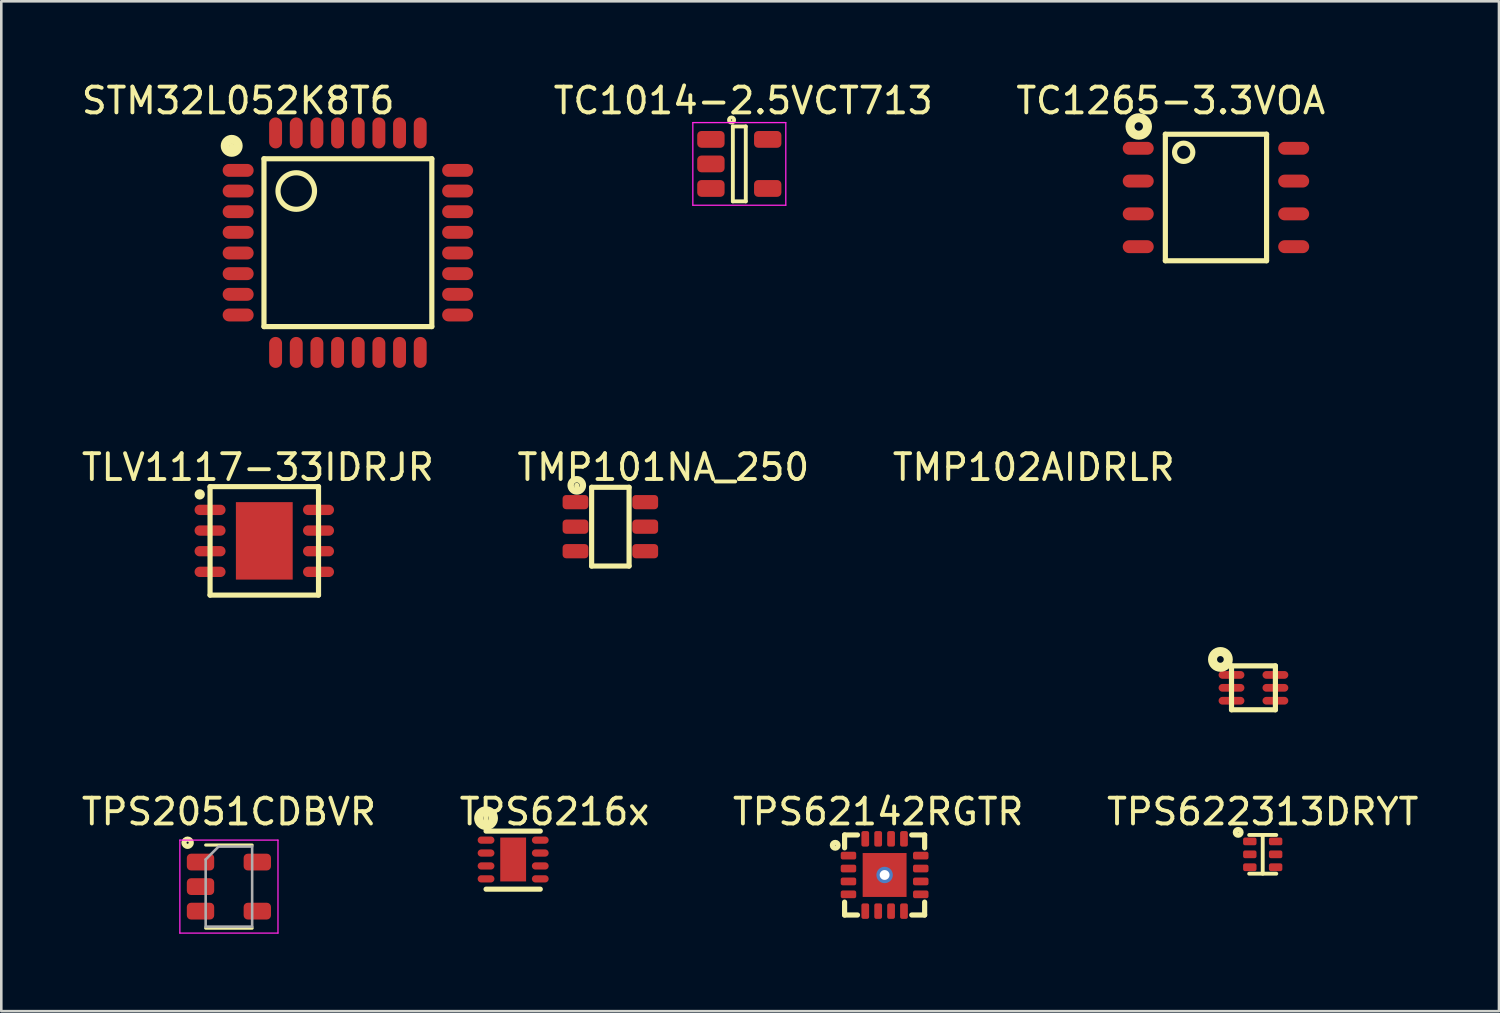
<source format=kicad_pcb>
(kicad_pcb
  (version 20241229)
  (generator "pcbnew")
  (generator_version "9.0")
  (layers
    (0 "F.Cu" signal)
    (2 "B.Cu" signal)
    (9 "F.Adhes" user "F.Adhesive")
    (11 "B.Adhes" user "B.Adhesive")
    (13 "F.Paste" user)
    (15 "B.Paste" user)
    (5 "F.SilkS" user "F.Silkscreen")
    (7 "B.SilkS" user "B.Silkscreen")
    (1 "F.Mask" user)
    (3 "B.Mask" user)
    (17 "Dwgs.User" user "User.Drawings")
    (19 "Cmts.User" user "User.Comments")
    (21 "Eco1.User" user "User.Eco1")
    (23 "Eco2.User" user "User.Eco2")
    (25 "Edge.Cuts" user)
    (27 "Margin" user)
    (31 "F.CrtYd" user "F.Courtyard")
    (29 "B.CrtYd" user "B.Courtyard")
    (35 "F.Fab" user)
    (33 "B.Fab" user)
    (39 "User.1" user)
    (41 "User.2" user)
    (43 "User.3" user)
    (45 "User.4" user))
  (footprint "STM32L052K8T6"
    (layer "F.Cu")
    (at 10.423 6.348)
    (property "Reference" "STM32L052K8T6" (at -4.25 -5.5 0) (layer "F.SilkS") (effects (font (size 1 1) (thickness 0.15))))
    (attr through_hole)
    (fp_line (start -4.5 -3.75) (end -4.5 -3.5) (stroke (width 0.2) (type solid)) (layer "F.SilkS"))
    (fp_line (start -3.25 -3.25) (end 3.25 -3.25) (stroke (width 0.2) (type solid)) (layer "F.SilkS"))
    (fp_line (start -3.25 3.25) (end -3.25 -3.25) (stroke (width 0.2) (type solid)) (layer "F.SilkS"))
    (fp_line (start 3.25 -3.25) (end 3.25 3.25) (stroke (width 0.2) (type solid)) (layer "F.SilkS"))
    (fp_line (start 3.25 3.25) (end -3.25 3.25) (stroke (width 0.2) (type solid)) (layer "F.SilkS"))
    (fp_circle (center -4.5 -3.75) (end -4.5 -3.5) (stroke (width 0.35) (type solid)) (fill no) (layer "F.SilkS"))
    (fp_circle (center -2 -2) (end -1.5 -1.5) (stroke (width 0.2) (type solid)) (fill no) (layer "F.SilkS"))
    (pad "1" smd oval (at -4.25 -2.8) (size 1.2 0.5) (layers "F.Cu" "F.Mask" "F.Paste"))
    (pad "2" smd oval (at -4.25 -2) (size 1.2 0.5) (layers "F.Cu" "F.Mask" "F.Paste"))
    (pad "3" smd oval (at -4.25 -1.2) (size 1.2 0.5) (layers "F.Cu" "F.Mask" "F.Paste"))
    (pad "4" smd oval (at -4.25 -0.4) (size 1.2 0.5) (layers "F.Cu" "F.Mask" "F.Paste"))
    (pad "5" smd oval (at -4.25 0.4) (size 1.2 0.5) (layers "F.Cu" "F.Mask" "F.Paste"))
    (pad "6" smd oval (at -4.25 1.2) (size 1.2 0.5) (layers "F.Cu" "F.Mask" "F.Paste"))
    (pad "7" smd oval (at -4.25 2) (size 1.2 0.5) (layers "F.Cu" "F.Mask" "F.Paste"))
    (pad "8" smd oval (at -4.25 2.8) (size 1.2 0.5) (layers "F.Cu" "F.Mask" "F.Paste"))
    (pad "9" smd oval (at -2.8 4.25 90) (size 1.2 0.5) (layers "F.Cu" "F.Mask" "F.Paste"))
    (pad "10" smd oval (at -2 4.25 90) (size 1.2 0.5) (layers "F.Cu" "F.Mask" "F.Paste"))
    (pad "11" smd oval (at -1.2 4.25 90) (size 1.2 0.5) (layers "F.Cu" "F.Mask" "F.Paste"))
    (pad "12" smd oval (at -0.4 4.25 90) (size 1.2 0.5) (layers "F.Cu" "F.Mask" "F.Paste"))
    (pad "13" smd oval (at 0.4 4.25 90) (size 1.2 0.5) (layers "F.Cu" "F.Mask" "F.Paste"))
    (pad "14" smd oval (at 1.2 4.25 90) (size 1.2 0.5) (layers "F.Cu" "F.Mask" "F.Paste"))
    (pad "15" smd oval (at 2 4.25 90) (size 1.2 0.5) (layers "F.Cu" "F.Mask" "F.Paste"))
    (pad "16" smd oval (at 2.8 4.25 90) (size 1.2 0.5) (layers "F.Cu" "F.Mask" "F.Paste"))
    (pad "17" smd oval (at 4.25 2.8) (size 1.2 0.5) (layers "F.Cu" "F.Mask" "F.Paste"))
    (pad "18" smd oval (at 4.25 2) (size 1.2 0.5) (layers "F.Cu" "F.Mask" "F.Paste"))
    (pad "19" smd oval (at 4.25 1.2) (size 1.2 0.5) (layers "F.Cu" "F.Mask" "F.Paste"))
    (pad "20" smd oval (at 4.25 0.4) (size 1.2 0.5) (layers "F.Cu" "F.Mask" "F.Paste"))
    (pad "21" smd oval (at 4.25 -0.4) (size 1.2 0.5) (layers "F.Cu" "F.Mask" "F.Paste"))
    (pad "22" smd oval (at 4.25 -1.2) (size 1.2 0.5) (layers "F.Cu" "F.Mask" "F.Paste"))
    (pad "23" smd oval (at 4.25 -2) (size 1.2 0.5) (layers "F.Cu" "F.Mask" "F.Paste"))
    (pad "24" smd oval (at 4.25 -2.8) (size 1.2 0.5) (layers "F.Cu" "F.Mask" "F.Paste"))
    (pad "25" smd oval (at 2.8 -4.25 90) (size 1.2 0.5) (layers "F.Cu" "F.Mask" "F.Paste"))
    (pad "26" smd oval (at 2 -4.25 90) (size 1.2 0.5) (layers "F.Cu" "F.Mask" "F.Paste"))
    (pad "27" smd oval (at 1.2 -4.25 90) (size 1.2 0.5) (layers "F.Cu" "F.Mask" "F.Paste"))
    (pad "28" smd oval (at 0.4 -4.25 90) (size 1.2 0.5) (layers "F.Cu" "F.Mask" "F.Paste"))
    (pad "29" smd oval (at -0.4 -4.25 90) (size 1.2 0.5) (layers "F.Cu" "F.Mask" "F.Paste"))
    (pad "30" smd oval (at -1.2 -4.25 90) (size 1.2 0.5) (layers "F.Cu" "F.Mask" "F.Paste"))
    (pad "31" smd oval (at -2 -4.25 90) (size 1.2 0.5) (layers "F.Cu" "F.Mask" "F.Paste"))
    (pad "32" smd oval (at -2.8 -4.25 90) (size 1.2 0.5) (layers "F.Cu" "F.Mask" "F.Paste")))
  (footprint "TMP102AIDRLR"
    (layer "F.Cu")
    (at 45.492 23.587)
    (property "Reference" "TMP102AIDRLR" (at -8.51 -8.54 0) (layer "F.SilkS") (effects (font (size 1 1) (thickness 0.15))))
    (attr through_hole)
    (fp_line (start -0.85 -0.85) (end -0.85 0.85) (stroke (width 0.2) (type solid)) (layer "F.SilkS"))
    (fp_line (start 0.85 -0.85) (end -0.85 -0.85) (stroke (width 0.2) (type solid)) (layer "F.SilkS"))
    (fp_line (start 0.85 -0.85) (end 0.85 0.85) (stroke (width 0.2) (type solid)) (layer "F.SilkS"))
    (fp_line (start 0.85 0.85) (end -0.85 0.85) (stroke (width 0.2) (type solid)) (layer "F.SilkS"))
    (fp_circle (center -1.28 -1.1) (end -1.23 -0.98) (stroke (width 0.35) (type solid)) (fill no) (layer "F.SilkS"))
    (pad "1" smd oval (at -0.85 -0.5) (size 1 0.3) (layers "F.Cu" "F.Mask" "F.Paste"))
    (pad "2" smd oval (at -0.85 0) (size 1 0.3) (layers "F.Cu" "F.Mask" "F.Paste"))
    (pad "3" smd oval (at -0.85 0.5) (size 1 0.3) (layers "F.Cu" "F.Mask" "F.Paste"))
    (pad "4" smd oval (at 0.85 0.5) (size 1 0.3) (layers "F.Cu" "F.Mask" "F.Paste"))
    (pad "5" smd oval (at 0.85 0) (size 1 0.3) (layers "F.Cu" "F.Mask" "F.Paste"))
    (pad "6" smd oval (at 0.85 -0.5) (size 1 0.3) (layers "F.Cu" "F.Mask" "F.Paste")))
  (footprint "TMP101NA_250"
    (layer "F.Cu")
    (at 20.587 17.346)
    (property "Reference" "TMP101NA_250" (at 2.05 -2.3 0) (layer "F.SilkS") (effects (font (size 1 1) (thickness 0.15))))
    (attr through_hole)
    (fp_line (start -1.3 -1.6) (end -1.3 -1.55) (stroke (width 0.2) (type solid)) (layer "F.SilkS"))
    (fp_line (start -0.725 -1.525) (end -0.725 1.525) (stroke (width 0.2) (type solid)) (layer "F.SilkS"))
    (fp_line (start -0.725 -1.525) (end 0.725 -1.525) (stroke (width 0.2) (type solid)) (layer "F.SilkS"))
    (fp_line (start -0.725 1.525) (end 0.725 1.525) (stroke (width 0.2) (type solid)) (layer "F.SilkS"))
    (fp_line (start 0.725 -1.525) (end 0.725 1.525) (stroke (width 0.2) (type solid)) (layer "F.SilkS"))
    (fp_circle (center -1.3 -1.6) (end -1.25 -1.7) (stroke (width 0.25) (type solid)) (fill no) (layer "F.SilkS"))
    (pad "1" smd roundrect (at -1.35 -0.95 90) (size 0.55 1) (layers "F.Cu" "F.Mask" "F.Paste") (roundrect_rratio 0.25))
    (pad "2" smd roundrect (at -1.35 0 90) (size 0.55 1) (layers "F.Cu" "F.Mask" "F.Paste") (roundrect_rratio 0.25))
    (pad "3" smd roundrect (at -1.35 0.95 90) (size 0.55 1) (layers "F.Cu" "F.Mask" "F.Paste") (roundrect_rratio 0.25))
    (pad "4" smd roundrect (at 1.35 0.95 90) (size 0.55 1) (layers "F.Cu" "F.Mask" "F.Paste") (roundrect_rratio 0.25))
    (pad "5" smd roundrect (at 1.35 0 90) (size 0.55 1) (layers "F.Cu" "F.Mask" "F.Paste") (roundrect_rratio 0.25))
    (pad "6" smd roundrect (at 1.35 -0.95 90) (size 0.55 1) (layers "F.Cu" "F.Mask" "F.Paste") (roundrect_rratio 0.25)))
  (footprint "TPS622313DRYT"
    (layer "F.Cu")
    (at 45.851 30.035)
    (property "Reference" "TPS622313DRYT" (at 0 -1.65 0) (layer "F.SilkS") (effects (font (size 1 1) (thickness 0.15))))
    (attr through_hole)
    (fp_line (start -0.525 -0.75) (end 0.525 -0.75) (stroke (width 0.15) (type solid)) (layer "F.SilkS"))
    (fp_line (start -0.525 0.75) (end 0.525 0.75) (stroke (width 0.15) (type solid)) (layer "F.SilkS"))
    (fp_line (start 0 -0.75) (end 0 0.75) (stroke (width 0.15) (type solid)) (layer "F.SilkS"))
    (fp_circle (center -0.95 -0.85) (end -0.85 -0.8) (stroke (width 0.2) (type solid)) (fill no) (layer "F.SilkS"))
    (pad "1" smd roundrect (at -0.5 -0.5 90) (size 0.3 0.52) (layers "F.Cu" "F.Mask" "F.Paste") (roundrect_rratio 0.25))
    (pad "2" smd roundrect (at -0.5 0 90) (size 0.3 0.52) (layers "F.Cu" "F.Mask" "F.Paste") (roundrect_rratio 0.25))
    (pad "3" smd roundrect (at -0.5 0.5 90) (size 0.3 0.52) (layers "F.Cu" "F.Mask" "F.Paste") (roundrect_rratio 0.25))
    (pad "4" smd roundrect (at 0.5 0.5 90) (size 0.3 0.52) (layers "F.Cu" "F.Mask" "F.Paste") (roundrect_rratio 0.25))
    (pad "5" smd roundrect (at 0.5 0 90) (size 0.3 0.52) (layers "F.Cu" "F.Mask" "F.Paste") (roundrect_rratio 0.25))
    (pad "6" smd roundrect (at 0.5 -0.5 90) (size 0.3 0.52) (layers "F.Cu" "F.Mask" "F.Paste") (roundrect_rratio 0.25)))
  (footprint "TPS62142RGTR"
    (layer "F.Cu")
    (at 31.208 30.835)
    (property "Reference" "TPS62142RGTR" (at -0.25 -2.45 0) (layer "F.SilkS") (effects (font (size 1 1) (thickness 0.15))))
    (attr through_hole)
    (fp_line (start -1.55 -1.55) (end -1.05 -1.55) (stroke (width 0.2) (type solid)) (layer "F.SilkS"))
    (fp_line (start -1.55 -1.05) (end -1.55 -1.55) (stroke (width 0.2) (type solid)) (layer "F.SilkS"))
    (fp_line (start -1.55 1.55) (end -1.55 1.05) (stroke (width 0.2) (type solid)) (layer "F.SilkS"))
    (fp_line (start -1.05 1.55) (end -1.55 1.55) (stroke (width 0.2) (type solid)) (layer "F.SilkS"))
    (fp_line (start 1.05 -1.55) (end 1.55 -1.55) (stroke (width 0.2) (type solid)) (layer "F.SilkS"))
    (fp_line (start 1.55 -1.55) (end 1.55 -1.05) (stroke (width 0.2) (type solid)) (layer "F.SilkS"))
    (fp_line (start 1.55 1.05) (end 1.55 1.55) (stroke (width 0.2) (type solid)) (layer "F.SilkS"))
    (fp_line (start 1.55 1.55) (end 1.05 1.55) (stroke (width 0.2) (type solid)) (layer "F.SilkS"))
    (fp_circle (center -1.912 -1.15) (end -1.862 -1.05) (stroke (width 0.2) (type solid)) (fill no) (layer "F.SilkS"))
    (pad "1" smd roundrect (at -1.4 -0.75 90) (size 0.3 0.6) (layers "F.Cu" "F.Mask" "F.Paste") (roundrect_rratio 0.25))
    (pad "2" smd roundrect (at -1.4 -0.25 90) (size 0.3 0.6) (layers "F.Cu" "F.Mask" "F.Paste") (roundrect_rratio 0.25))
    (pad "3" smd roundrect (at -1.4 0.25 90) (size 0.3 0.6) (layers "F.Cu" "F.Mask" "F.Paste") (roundrect_rratio 0.25))
    (pad "4" smd roundrect (at -1.4 0.75 90) (size 0.3 0.6) (layers "F.Cu" "F.Mask" "F.Paste") (roundrect_rratio 0.25))
    (pad "5" smd roundrect (at -0.75 1.4 180) (size 0.3 0.6) (layers "F.Cu" "F.Mask" "F.Paste") (roundrect_rratio 0.25))
    (pad "6" smd roundrect (at -0.25 1.4 180) (size 0.3 0.6) (layers "F.Cu" "F.Mask" "F.Paste") (roundrect_rratio 0.25))
    (pad "7" smd roundrect (at 0.25 1.4 180) (size 0.3 0.6) (layers "F.Cu" "F.Mask" "F.Paste") (roundrect_rratio 0.25))
    (pad "8" smd roundrect (at 0.75 1.4 180) (size 0.3 0.6) (layers "F.Cu" "F.Mask" "F.Paste") (roundrect_rratio 0.25))
    (pad "9" smd roundrect (at 1.4 0.75 270) (size 0.3 0.6) (layers "F.Cu" "F.Mask" "F.Paste") (roundrect_rratio 0.25))
    (pad "10" smd roundrect (at 1.4 0.25 270) (size 0.3 0.6) (layers "F.Cu" "F.Mask" "F.Paste") (roundrect_rratio 0.25))
    (pad "11" smd roundrect (at 1.4 -0.25 270) (size 0.3 0.6) (layers "F.Cu" "F.Mask" "F.Paste") (roundrect_rratio 0.25))
    (pad "12" smd roundrect (at 1.4 -0.75 270) (size 0.3 0.6) (layers "F.Cu" "F.Mask" "F.Paste") (roundrect_rratio 0.25))
    (pad "13" smd roundrect (at 0.75 -1.4) (size 0.3 0.6) (layers "F.Cu" "F.Mask" "F.Paste") (roundrect_rratio 0.25))
    (pad "14" smd roundrect (at 0.25 -1.4) (size 0.3 0.6) (layers "F.Cu" "F.Mask" "F.Paste") (roundrect_rratio 0.25))
    (pad "15" smd roundrect (at -0.25 -1.4) (size 0.3 0.6) (layers "F.Cu" "F.Mask" "F.Paste") (roundrect_rratio 0.25))
    (pad "16" smd roundrect (at -0.75 -1.4) (size 0.3 0.6) (layers "F.Cu" "F.Mask" "F.Paste") (roundrect_rratio 0.25))
    (pad "17" thru_hole circle (at 0 0) (size 0.635 0.635) (drill 0.381) (layers "*.Cu" "*.Mask"))
    (pad "17" smd rect (at 0 0) (size 1.7 1.7) (layers "F.Cu" "F.Mask" "F.Paste")))
  (footprint "TC1265-3.3VOA"
    (layer "F.Cu")
    (at 44.04 4.598)
    (property "Reference" "TC1265-3.3VOA" (at -1.75 -3.75 0) (layer "F.SilkS") (effects (font (size 1 1) (thickness 0.15))))
    (attr through_hole)
    (fp_line (start -1.96 -2.45) (end -1.96 2.45) (stroke (width 0.2) (type solid)) (layer "F.SilkS"))
    (fp_line (start -1.96 -2.45) (end 1.96 -2.45) (stroke (width 0.2) (type solid)) (layer "F.SilkS"))
    (fp_line (start -1.96 2.45) (end 1.96 2.45) (stroke (width 0.2) (type solid)) (layer "F.SilkS"))
    (fp_line (start 1.96 -2.45) (end 1.96 2.45) (stroke (width 0.2) (type solid)) (layer "F.SilkS"))
    (fp_circle (center -2.99 -2.75) (end -3.02 -2.59) (stroke (width 0.35) (type solid)) (fill no) (layer "F.SilkS"))
    (fp_circle (center -1.25 -1.75) (end -1 -1.5) (stroke (width 0.2) (type solid)) (fill no) (layer "F.SilkS"))
    (pad "1" smd oval (at -3.01 -1.905) (size 1.2 0.5) (layers "F.Cu" "F.Mask" "F.Paste"))
    (pad "2" smd oval (at -3.01 -0.635) (size 1.2 0.5) (layers "F.Cu" "F.Mask" "F.Paste"))
    (pad "3" smd oval (at -3.01 0.635) (size 1.2 0.5) (layers "F.Cu" "F.Mask" "F.Paste"))
    (pad "4" smd oval (at -3.01 1.905) (size 1.2 0.5) (layers "F.Cu" "F.Mask" "F.Paste"))
    (pad "5" smd oval (at 3.01 1.905) (size 1.2 0.5) (layers "F.Cu" "F.Mask" "F.Paste"))
    (pad "6" smd oval (at 3.01 0.635) (size 1.2 0.5) (layers "F.Cu" "F.Mask" "F.Paste"))
    (pad "7" smd oval (at 3.01 -0.635) (size 1.2 0.5) (layers "F.Cu" "F.Mask" "F.Paste"))
    (pad "8" smd oval (at 3.01 -1.905) (size 1.2 0.5) (layers "F.Cu" "F.Mask" "F.Paste")))
  (footprint "TC1014-2.5VCT713"
    (layer "F.Cu")
    (at 25.581 3.298)
    (property "Reference" "TC1014-2.5VCT713" (at 0.15 -2.45 0) (layer "F.SilkS") (effects (font (size 1 1) (thickness 0.15))))
    (attr smd)
    (fp_line (start -0.25 -1.45) (end -0.25 1.45) (stroke (width 0.15) (type solid)) (layer "F.SilkS"))
    (fp_line (start -0.25 1.45) (end 0.25 1.45) (stroke (width 0.15) (type solid)) (layer "F.SilkS"))
    (fp_line (start 0.25 -1.45) (end -0.25 -1.45) (stroke (width 0.15) (type solid)) (layer "F.SilkS"))
    (fp_line (start 0.25 1.45) (end 0.25 -1.45) (stroke (width 0.15) (type solid)) (layer "F.SilkS"))
    (fp_circle (center -0.3 -1.7) (end -0.2 -1.7) (stroke (width 0.15) (type solid)) (fill no) (layer "F.SilkS"))
    (fp_line (start -1.8 -1.6) (end 1.8 -1.6) (stroke (width 0.05) (type solid)) (layer "F.CrtYd"))
    (fp_line (start -1.8 1.6) (end -1.8 -1.6) (stroke (width 0.05) (type solid)) (layer "F.CrtYd"))
    (fp_line (start 1.8 -1.6) (end 1.8 1.6) (stroke (width 0.05) (type solid)) (layer "F.CrtYd"))
    (fp_line (start 1.8 1.6) (end -1.8 1.6) (stroke (width 0.05) (type solid)) (layer "F.CrtYd"))
    (pad "1" smd roundrect (at -1.1 -0.95) (size 1.06 0.65) (layers "F.Cu" "F.Mask" "F.Paste") (roundrect_rratio 0.25))
    (pad "2" smd roundrect (at -1.1 0) (size 1.06 0.65) (layers "F.Cu" "F.Mask" "F.Paste") (roundrect_rratio 0.25))
    (pad "3" smd roundrect (at -1.1 0.95) (size 1.06 0.65) (layers "F.Cu" "F.Mask" "F.Paste") (roundrect_rratio 0.25))
    (pad "4" smd roundrect (at 1.1 0.95) (size 1.06 0.65) (layers "F.Cu" "F.Mask" "F.Paste") (roundrect_rratio 0.25))
    (pad "5" smd roundrect (at 1.1 -0.95) (size 1.06 0.65) (layers "F.Cu" "F.Mask" "F.Paste") (roundrect_rratio 0.25)))
  (footprint "TPS6216x"
    (layer "F.Cu")
    (at 16.823 30.235)
    (property "Reference" "TPS6216x" (at 1.6 -1.85 0) (layer "F.SilkS") (effects (font (size 1 1) (thickness 0.15))))
    (attr through_hole)
    (fp_line (start -1.05 -1.7) (end -1.05 -1.55) (stroke (width 0.2) (type solid)) (layer "F.SilkS"))
    (fp_line (start -1.05 -1.1) (end 1.05 -1.1) (stroke (width 0.2) (type solid)) (layer "F.SilkS"))
    (fp_line (start -1.05 1.15) (end 1.05 1.15) (stroke (width 0.2) (type solid)) (layer "F.SilkS"))
    (fp_circle (center -1.05 -1.6) (end -1 -1.5) (stroke (width 0.35) (type solid)) (fill no) (layer "F.SilkS"))
    (pad "1" smd oval (at -1.05 -0.75 90) (size 0.28 0.65) (layers "F.Cu" "F.Mask" "F.Paste"))
    (pad "2" smd oval (at -1.05 -0.25 90) (size 0.28 0.65) (layers "F.Cu" "F.Mask" "F.Paste"))
    (pad "3" smd oval (at -1.05 0.25 90) (size 0.28 0.65) (layers "F.Cu" "F.Mask" "F.Paste"))
    (pad "4" smd oval (at -1.05 0.75 90) (size 0.28 0.65) (layers "F.Cu" "F.Mask" "F.Paste"))
    (pad "5" smd oval (at 1.05 0.75 90) (size 0.28 0.65) (layers "F.Cu" "F.Mask" "F.Paste"))
    (pad "6" smd oval (at 1.05 0.25 90) (size 0.28 0.65) (layers "F.Cu" "F.Mask" "F.Paste"))
    (pad "7" smd oval (at 1.05 -0.25 90) (size 0.28 0.65) (layers "F.Cu" "F.Mask" "F.Paste"))
    (pad "8" smd oval (at 1.05 -0.75 90) (size 0.28 0.65) (layers "F.Cu" "F.Mask" "F.Paste"))
    (pad "9" smd rect (at 0 0 180) (size 1 1.7) (layers "F.Cu" "F.Mask" "F.Paste")))
  (footprint "TLV1117-33IDRJR"
    (layer "F.Cu")
    (at 7.185 17.896)
    (property "Reference" "TLV1117-33IDRJR" (at -0.25 -2.85 0) (layer "F.SilkS") (effects (font (size 1 1) (thickness 0.15))))
    (attr through_hole)
    (fp_line (start -2.1 -2.1) (end -2.1 2.1) (stroke (width 0.2) (type solid)) (layer "F.SilkS"))
    (fp_line (start 2.1 -2.1) (end -2.1 -2.1) (stroke (width 0.2) (type solid)) (layer "F.SilkS"))
    (fp_line (start 2.1 -2.1) (end 2.1 2.1) (stroke (width 0.2) (type solid)) (layer "F.SilkS"))
    (fp_line (start 2.1 2.1) (end -2.1 2.1) (stroke (width 0.2) (type solid)) (layer "F.SilkS"))
    (fp_circle (center -2.5 -1.8) (end -2.5 -1.7) (stroke (width 0.2) (type solid)) (fill no) (layer "F.SilkS"))
    (pad "1" smd oval (at -2.1 -1.2) (size 1.2 0.4) (layers "F.Cu" "F.Mask" "F.Paste"))
    (pad "2" smd oval (at -2.1 -0.4) (size 1.2 0.4) (layers "F.Cu" "F.Mask" "F.Paste"))
    (pad "3" smd oval (at -2.1 0.4) (size 1.2 0.4) (layers "F.Cu" "F.Mask" "F.Paste"))
    (pad "4" smd oval (at -2.1 1.2) (size 1.2 0.4) (layers "F.Cu" "F.Mask" "F.Paste"))
    (pad "5" smd oval (at 2.1 1.2) (size 1.2 0.4) (layers "F.Cu" "F.Mask" "F.Paste"))
    (pad "6" smd oval (at 2.1 0.4) (size 1.2 0.4) (layers "F.Cu" "F.Mask" "F.Paste"))
    (pad "7" smd oval (at 2.1 -0.4) (size 1.2 0.4) (layers "F.Cu" "F.Mask" "F.Paste"))
    (pad "8" smd oval (at 2.1 -1.2) (size 1.2 0.4) (layers "F.Cu" "F.Mask" "F.Paste"))
    (pad "9" smd rect (at 0 0) (size 2.2 3) (layers "F.Cu" "F.Mask" "F.Paste")))
  (footprint "TPS2051CDBVR"
    (layer "F.Cu")
    (at 5.815 31.285)
    (property "Reference" "TPS2051CDBVR" (at 0 -2.9 0) (layer "F.SilkS") (effects (font (size 1 1) (thickness 0.15))))
    (attr smd)
    (fp_line (start -0.9 -1.61) (end 0.9 -1.61) (stroke (width 0.12) (type solid)) (layer "F.SilkS"))
    (fp_line (start -0.9 1.61) (end 0.9 1.61) (stroke (width 0.12) (type solid)) (layer "F.SilkS"))
    (fp_circle (center -1.6 -1.7) (end -1.5 -1.6) (stroke (width 0.2) (type solid)) (fill no) (layer "F.SilkS"))
    (fp_line (start -1.9 -1.8) (end 1.9 -1.8) (stroke (width 0.05) (type solid)) (layer "F.CrtYd"))
    (fp_line (start -1.9 1.8) (end -1.9 -1.8) (stroke (width 0.05) (type solid)) (layer "F.CrtYd"))
    (fp_line (start 1.9 -1.8) (end 1.9 1.8) (stroke (width 0.05) (type solid)) (layer "F.CrtYd"))
    (fp_line (start 1.9 1.8) (end -1.9 1.8) (stroke (width 0.05) (type solid)) (layer "F.CrtYd"))
    (fp_line (start -0.9 -1.05) (end -0.9 1.55) (stroke (width 0.1) (type solid)) (layer "F.Fab"))
    (fp_line (start -0.4 -1.55) (end -0.9 -1.05) (stroke (width 0.1) (type solid)) (layer "F.Fab"))
    (fp_line (start 0.9 -1.55) (end -0.4 -1.55) (stroke (width 0.1) (type solid)) (layer "F.Fab"))
    (fp_line (start 0.9 -1.55) (end 0.9 1.55) (stroke (width 0.1) (type solid)) (layer "F.Fab"))
    (fp_line (start 0.9 1.55) (end -0.9 1.55) (stroke (width 0.1) (type solid)) (layer "F.Fab"))
    (pad "1" smd roundrect (at -1.1 -0.95) (size 1.06 0.65) (layers "F.Cu" "F.Mask" "F.Paste") (roundrect_rratio 0.25))
    (pad "2" smd roundrect (at -1.1 0) (size 1.06 0.65) (layers "F.Cu" "F.Mask" "F.Paste") (roundrect_rratio 0.25))
    (pad "3" smd roundrect (at -1.1 0.95) (size 1.06 0.65) (layers "F.Cu" "F.Mask" "F.Paste") (roundrect_rratio 0.25))
    (pad "4" smd roundrect (at 1.1 0.95) (size 1.06 0.65) (layers "F.Cu" "F.Mask" "F.Paste") (roundrect_rratio 0.25))
    (pad "5" smd roundrect (at 1.1 -0.95) (size 1.06 0.65) (layers "F.Cu" "F.Mask" "F.Paste") (roundrect_rratio 0.25)))
  (gr_rect
    (start -3 -3)
    (end 55 36.11)
    (stroke (width 0.1) (type default))
    (fill no)
    (layer "Edge.Cuts")))
</source>
